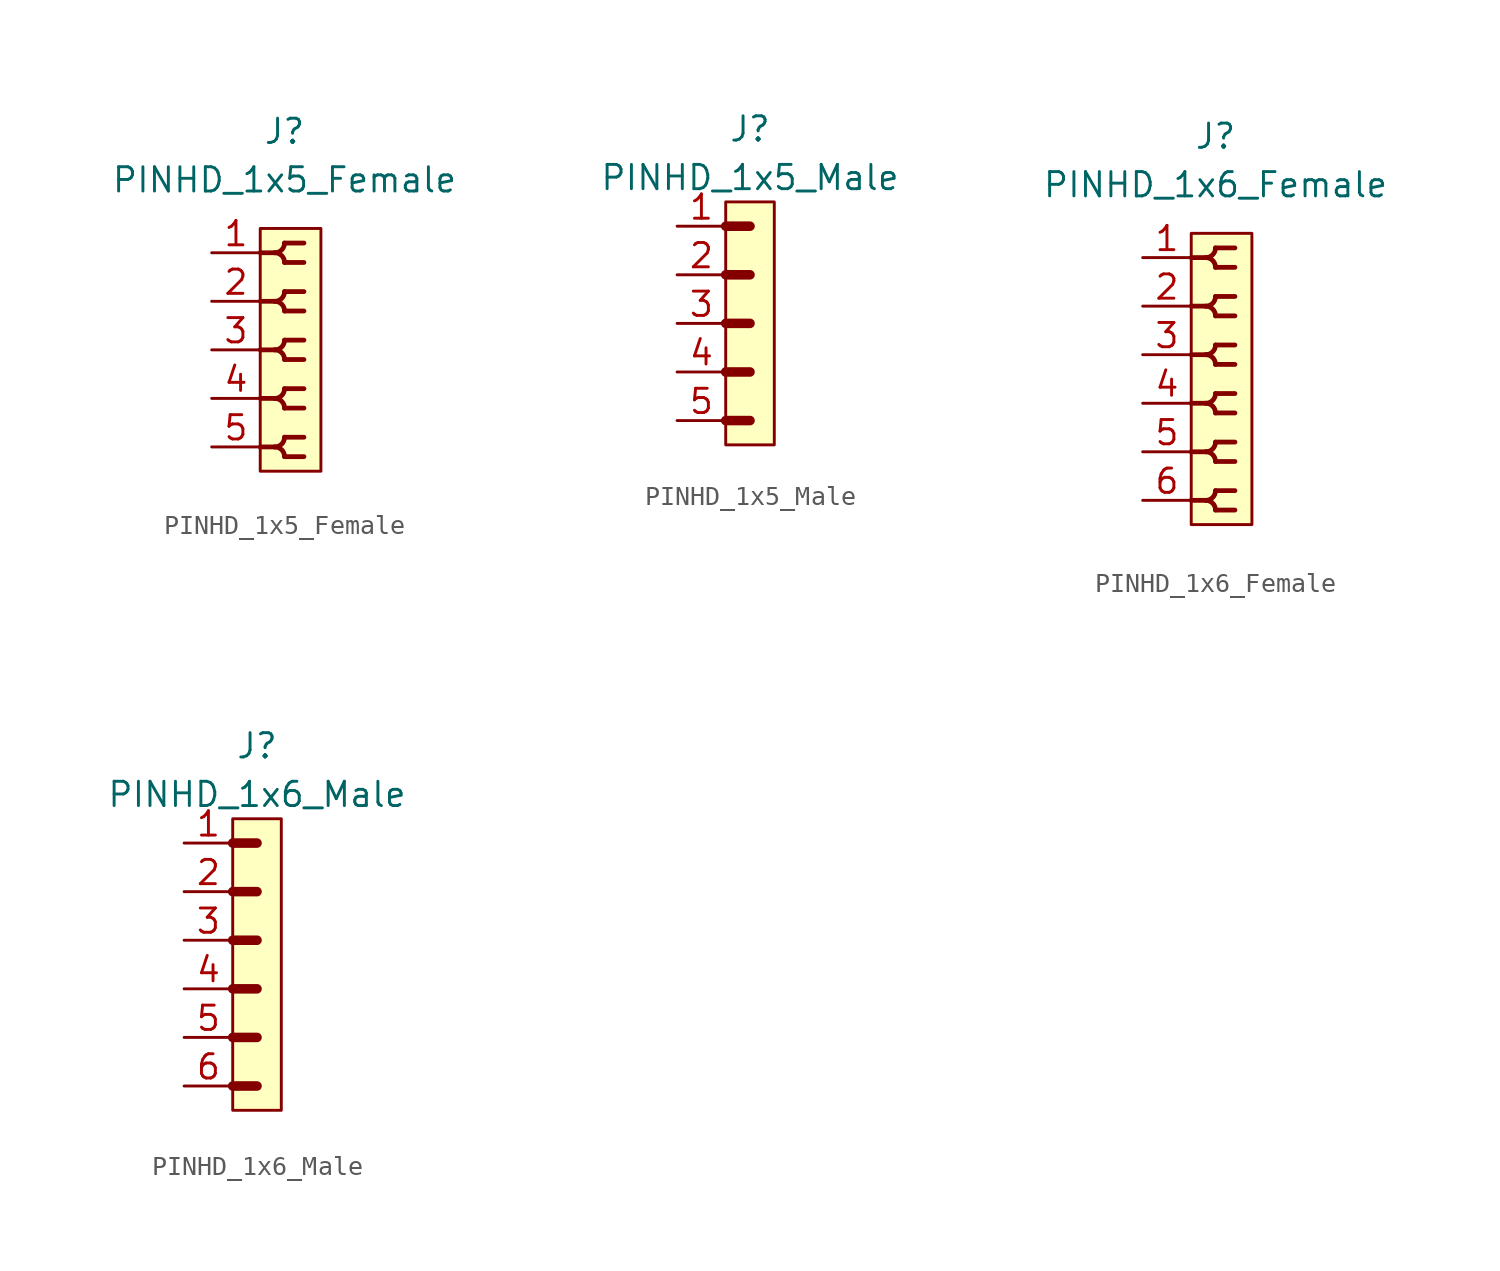
<source format=kicad_sym>
(kicad_symbol_lib
  (version 20211014)
  (generator kicad_symbol_editor)
  (symbol "PINHD_1x5_Female"
    (property "Reference" "J"
      (at 0 11.43 0)
      (effects (font (size 1.27 1.27))))
    (property "Value" "PINHD_1x5_Female"
      (at 0 8.89 0)
      (effects (font (size 1.27 1.27))))
    (symbol "PINHD_1x5_Female_0_1"
      (rectangle (start -1.27 6.35) (end 1.905 -6.35) (stroke (width 0) (type default) (color 0 0 0 0)) (fill (type background)))
      (arc (start -0.508 -5.08) (mid 0.3592 -5.4392) (end 0 -4.572) (stroke (width 0.25) (type default) (color 0 0 0 0)) (fill (type none)))
      (arc (start -0.508 -2.54) (mid 0.3592 -2.8992) (end 0 -2.032) (stroke (width 0.25) (type default) (color 0 0 0 0)) (fill (type none)))
      (arc (start -0.508 0) (mid 0.3592 -0.3592) (end 0 0.508) (stroke (width 0.25) (type default) (color 0 0 0 0)) (fill (type none)))
      (arc (start -0.508 2.54) (mid 0.3592 2.1808) (end 0 3.048) (stroke (width 0.25) (type default) (color 0 0 0 0)) (fill (type none)))
      (arc (start -0.508 5.08) (mid 0.3592 4.7208) (end 0 5.588) (stroke (width 0.25) (type default) (color 0 0 0 0)) (fill (type none)))
      (arc (start 0 -5.588) (mid 0.3592 -4.7208) (end -0.508 -5.08) (stroke (width 0.25) (type default) (color 0 0 0 0)) (fill (type none)))
      (arc (start 0 -3.048) (mid 0.3592 -2.1808) (end -0.508 -2.54) (stroke (width 0.25) (type default) (color 0 0 0 0)) (fill (type none)))
      (arc (start 0 -0.508) (mid 0.3592 0.3592) (end -0.508 0) (stroke (width 0.25) (type default) (color 0 0 0 0)) (fill (type none)))
      (polyline (pts (xy -1.27 -5.08) (xy -0.508 -5.08)) (stroke (width 0.25) (type default) (color 0 0 0 0)) (fill (type none)))
      (polyline (pts (xy -1.27 -2.54) (xy -0.508 -2.54)) (stroke (width 0.25) (type default) (color 0 0 0 0)) (fill (type none)))
      (polyline (pts (xy -1.27 0) (xy -0.508 0)) (stroke (width 0.25) (type default) (color 0 0 0 0)) (fill (type none)))
      (polyline (pts (xy -1.27 2.54) (xy -0.508 2.54)) (stroke (width 0.25) (type default) (color 0 0 0 0)) (fill (type none)))
      (polyline (pts (xy -1.27 5.08) (xy -0.508 5.08)) (stroke (width 0.25) (type default) (color 0 0 0 0)) (fill (type none)))
      (polyline (pts (xy 0 -5.588) (xy 1.016 -5.588)) (stroke (width 0.25) (type default) (color 0 0 0 0)) (fill (type none)))
      (polyline (pts (xy 0 -4.572) (xy 1.016 -4.572)) (stroke (width 0.25) (type default) (color 0 0 0 0)) (fill (type none)))
      (polyline (pts (xy 0 -3.048) (xy 1.016 -3.048)) (stroke (width 0.25) (type default) (color 0 0 0 0)) (fill (type none)))
      (polyline (pts (xy 0 -2.032) (xy 1.016 -2.032)) (stroke (width 0.25) (type default) (color 0 0 0 0)) (fill (type none)))
      (polyline (pts (xy 0 -0.508) (xy 1.016 -0.508)) (stroke (width 0.25) (type default) (color 0 0 0 0)) (fill (type none)))
      (polyline (pts (xy 0 0.508) (xy 1.016 0.508)) (stroke (width 0.25) (type default) (color 0 0 0 0)) (fill (type none)))
      (polyline (pts (xy 0 2.032) (xy 1.016 2.032)) (stroke (width 0.25) (type default) (color 0 0 0 0)) (fill (type none)))
      (polyline (pts (xy 0 3.048) (xy 1.016 3.048)) (stroke (width 0.25) (type default) (color 0 0 0 0)) (fill (type none)))
      (polyline (pts (xy 0 4.572) (xy 1.016 4.572)) (stroke (width 0.25) (type default) (color 0 0 0 0)) (fill (type none)))
      (polyline (pts (xy 0 5.588) (xy 1.016 5.588)) (stroke (width 0.25) (type default) (color 0 0 0 0)) (fill (type none)))
      (arc (start 0 2.032) (mid 0.3592 2.8992) (end -0.508 2.54) (stroke (width 0.25) (type default) (color 0 0 0 0)) (fill (type none)))
      (arc (start 0 4.572) (mid 0.3592 5.4392) (end -0.508 5.08) (stroke (width 0.25) (type default) (color 0 0 0 0)) (fill (type none))))
    (symbol "PINHD_1x5_Female_1_1"
      (pin passive line (at -3.81 5.08 0) (length 2.54) (name "" (effects (font (size 1.27 1.27)))) (number "1" (effects (font (size 1.27 1.27)))))
      (pin passive line (at -3.81 2.54 0) (length 2.54) (name "" (effects (font (size 1.27 1.27)))) (number "2" (effects (font (size 1.27 1.27)))))
      (pin passive line (at -3.81 0 0) (length 2.54) (name "" (effects (font (size 1.27 1.27)))) (number "3" (effects (font (size 1.27 1.27)))))
      (pin passive line (at -3.81 -2.54 0) (length 2.54) (name "" (effects (font (size 1.27 1.27)))) (number "4" (effects (font (size 1.27 1.27)))))
      (pin passive line (at -3.81 -5.08 0) (length 2.54) (name "" (effects (font (size 1.27 1.27)))) (number "5" (effects (font (size 1.27 1.27)))))))
  (symbol "PINHD_1x5_Male"
    (property "Reference" "J"
      (at 0 10.16 0)
      (effects (font (size 1.27 1.27))))
    (property "Value" "PINHD_1x5_Male"
      (at 0 7.62 0)
      (effects (font (size 1.27 1.27))))
    (symbol "PINHD_1x5_Male_0_1"
      (rectangle (start -1.27 6.35) (end 1.27 -6.35) (stroke (width 0) (type default) (color 0 0 0 0)) (fill (type background)))
      (polyline (pts (xy -1.27 -5.08) (xy 0 -5.08)) (stroke (width 0.3) (type default) (color 0 0 0 0)) (fill (type none)))
      (polyline (pts (xy -1.27 -5.08) (xy 0 -5.08)) (stroke (width 0.5) (type default) (color 0 0 0 0)) (fill (type none)))
      (polyline (pts (xy -1.27 -2.54) (xy 0 -2.54)) (stroke (width 0.3) (type default) (color 0 0 0 0)) (fill (type none)))
      (polyline (pts (xy -1.27 -2.54) (xy 0 -2.54)) (stroke (width 0.5) (type default) (color 0 0 0 0)) (fill (type none)))
      (polyline (pts (xy -1.27 0) (xy 0 0)) (stroke (width 0.3) (type default) (color 0 0 0 0)) (fill (type none)))
      (polyline (pts (xy -1.27 0) (xy 0 0)) (stroke (width 0.5) (type default) (color 0 0 0 0)) (fill (type none)))
      (polyline (pts (xy -1.27 2.54) (xy 0 2.54)) (stroke (width 0.3) (type default) (color 0 0 0 0)) (fill (type none)))
      (polyline (pts (xy -1.27 2.54) (xy 0 2.54)) (stroke (width 0.5) (type default) (color 0 0 0 0)) (fill (type none)))
      (polyline (pts (xy -1.27 5.08) (xy 0 5.08)) (stroke (width 0.3) (type default) (color 0 0 0 0)) (fill (type none)))
      (polyline (pts (xy -1.27 5.08) (xy 0 5.08)) (stroke (width 0.5) (type default) (color 0 0 0 0)) (fill (type none))))
    (symbol "PINHD_1x5_Male_1_1"
      (pin passive line (at -3.81 5.08 0) (length 2.54) (name "" (effects (font (size 1.27 1.27)))) (number "1" (effects (font (size 1.27 1.27)))))
      (pin passive line (at -3.81 2.54 0) (length 2.54) (name "" (effects (font (size 1.27 1.27)))) (number "2" (effects (font (size 1.27 1.27)))))
      (pin passive line (at -3.81 0 0) (length 2.54) (name "" (effects (font (size 1.27 1.27)))) (number "3" (effects (font (size 1.27 1.27)))))
      (pin passive line (at -3.81 -2.54 0) (length 2.54) (name "" (effects (font (size 1.27 1.27)))) (number "4" (effects (font (size 1.27 1.27)))))
      (pin passive line (at -3.81 -5.08 0) (length 2.54) (name "" (effects (font (size 1.27 1.27)))) (number "5" (effects (font (size 1.27 1.27)))))))
  (symbol "PINHD_1x6_Female"
    (property "Reference" "J"
      (at 0 12.7 0)
      (effects (font (size 1.27 1.27))))
    (property "Value" "PINHD_1x6_Female"
      (at 0 10.16 0)
      (effects (font (size 1.27 1.27))))
    (symbol "PINHD_1x6_Female_0_1"
      (rectangle (start -1.27 7.62) (end 1.905 -7.62) (stroke (width 0) (type default) (color 0 0 0 0)) (fill (type background)))
      (arc (start -0.508 -6.35) (mid 0.3592 -6.7092) (end 0 -5.842) (stroke (width 0.25) (type default) (color 0 0 0 0)) (fill (type none)))
      (arc (start -0.508 -3.81) (mid 0.3592 -4.1692) (end 0 -3.302) (stroke (width 0.25) (type default) (color 0 0 0 0)) (fill (type none)))
      (arc (start -0.508 -1.27) (mid 0.3592 -1.6292) (end 0 -0.762) (stroke (width 0.25) (type default) (color 0 0 0 0)) (fill (type none)))
      (arc (start -0.508 1.27) (mid 0.3592 0.9108) (end 0 1.778) (stroke (width 0.25) (type default) (color 0 0 0 0)) (fill (type none)))
      (arc (start -0.508 3.81) (mid 0.3592 3.4508) (end 0 4.318) (stroke (width 0.25) (type default) (color 0 0 0 0)) (fill (type none)))
      (arc (start -0.508 6.35) (mid 0.3592 5.9908) (end 0 6.858) (stroke (width 0.25) (type default) (color 0 0 0 0)) (fill (type none)))
      (arc (start 0 -6.858) (mid 0.3592 -5.9908) (end -0.508 -6.35) (stroke (width 0.25) (type default) (color 0 0 0 0)) (fill (type none)))
      (arc (start 0 -4.318) (mid 0.3592 -3.4508) (end -0.508 -3.81) (stroke (width 0.25) (type default) (color 0 0 0 0)) (fill (type none)))
      (arc (start 0 -1.778) (mid 0.3592 -0.9108) (end -0.508 -1.27) (stroke (width 0.25) (type default) (color 0 0 0 0)) (fill (type none)))
      (polyline (pts (xy -1.27 -6.35) (xy -0.508 -6.35)) (stroke (width 0.25) (type default) (color 0 0 0 0)) (fill (type none)))
      (polyline (pts (xy -1.27 -3.81) (xy -0.508 -3.81)) (stroke (width 0.25) (type default) (color 0 0 0 0)) (fill (type none)))
      (polyline (pts (xy -1.27 -1.27) (xy -0.508 -1.27)) (stroke (width 0.25) (type default) (color 0 0 0 0)) (fill (type none)))
      (polyline (pts (xy -1.27 1.27) (xy -0.508 1.27)) (stroke (width 0.25) (type default) (color 0 0 0 0)) (fill (type none)))
      (polyline (pts (xy -1.27 3.81) (xy -0.508 3.81)) (stroke (width 0.25) (type default) (color 0 0 0 0)) (fill (type none)))
      (polyline (pts (xy -1.27 6.35) (xy -0.508 6.35)) (stroke (width 0.25) (type default) (color 0 0 0 0)) (fill (type none)))
      (polyline (pts (xy 0 -6.858) (xy 1.016 -6.858)) (stroke (width 0.25) (type default) (color 0 0 0 0)) (fill (type none)))
      (polyline (pts (xy 0 -5.842) (xy 1.016 -5.842)) (stroke (width 0.25) (type default) (color 0 0 0 0)) (fill (type none)))
      (polyline (pts (xy 0 -4.318) (xy 1.016 -4.318)) (stroke (width 0.25) (type default) (color 0 0 0 0)) (fill (type none)))
      (polyline (pts (xy 0 -3.302) (xy 1.016 -3.302)) (stroke (width 0.25) (type default) (color 0 0 0 0)) (fill (type none)))
      (polyline (pts (xy 0 -1.778) (xy 1.016 -1.778)) (stroke (width 0.25) (type default) (color 0 0 0 0)) (fill (type none)))
      (polyline (pts (xy 0 -0.762) (xy 1.016 -0.762)) (stroke (width 0.25) (type default) (color 0 0 0 0)) (fill (type none)))
      (polyline (pts (xy 0 0.762) (xy 1.016 0.762)) (stroke (width 0.25) (type default) (color 0 0 0 0)) (fill (type none)))
      (polyline (pts (xy 0 1.778) (xy 1.016 1.778)) (stroke (width 0.25) (type default) (color 0 0 0 0)) (fill (type none)))
      (polyline (pts (xy 0 3.302) (xy 1.016 3.302)) (stroke (width 0.25) (type default) (color 0 0 0 0)) (fill (type none)))
      (polyline (pts (xy 0 4.318) (xy 1.016 4.318)) (stroke (width 0.25) (type default) (color 0 0 0 0)) (fill (type none)))
      (polyline (pts (xy 0 5.842) (xy 1.016 5.842)) (stroke (width 0.25) (type default) (color 0 0 0 0)) (fill (type none)))
      (polyline (pts (xy 0 6.858) (xy 1.016 6.858)) (stroke (width 0.25) (type default) (color 0 0 0 0)) (fill (type none)))
      (arc (start 0 0.762) (mid 0.3592 1.6292) (end -0.508 1.27) (stroke (width 0.25) (type default) (color 0 0 0 0)) (fill (type none)))
      (arc (start 0 3.302) (mid 0.3592 4.1692) (end -0.508 3.81) (stroke (width 0.25) (type default) (color 0 0 0 0)) (fill (type none)))
      (arc (start 0 5.842) (mid 0.3592 6.7092) (end -0.508 6.35) (stroke (width 0.25) (type default) (color 0 0 0 0)) (fill (type none))))
    (symbol "PINHD_1x6_Female_1_1"
      (pin passive line (at -3.81 6.35 0) (length 2.54) (name "" (effects (font (size 1.27 1.27)))) (number "1" (effects (font (size 1.27 1.27)))))
      (pin passive line (at -3.81 3.81 0) (length 2.54) (name "" (effects (font (size 1.27 1.27)))) (number "2" (effects (font (size 1.27 1.27)))))
      (pin passive line (at -3.81 1.27 0) (length 2.54) (name "" (effects (font (size 1.27 1.27)))) (number "3" (effects (font (size 1.27 1.27)))))
      (pin passive line (at -3.81 -1.27 0) (length 2.54) (name "" (effects (font (size 1.27 1.27)))) (number "4" (effects (font (size 1.27 1.27)))))
      (pin passive line (at -3.81 -3.81 0) (length 2.54) (name "" (effects (font (size 1.27 1.27)))) (number "5" (effects (font (size 1.27 1.27)))))
      (pin passive line (at -3.81 -6.35 0) (length 2.54) (name "" (effects (font (size 1.27 1.27)))) (number "6" (effects (font (size 1.27 1.27)))))))
  (symbol "PINHD_1x6_Male"
    (property "Reference" "J"
      (at 0 11.43 0)
      (effects (font (size 1.27 1.27))))
    (property "Value" "PINHD_1x6_Male"
      (at 0 8.89 0)
      (effects (font (size 1.27 1.27))))
    (symbol "PINHD_1x6_Male_0_1"
      (rectangle (start -1.27 7.62) (end 1.27 -7.62) (stroke (width 0) (type default) (color 0 0 0 0)) (fill (type background)))
      (polyline (pts (xy -1.27 -6.35) (xy 0 -6.35)) (stroke (width 0.3) (type default) (color 0 0 0 0)) (fill (type none)))
      (polyline (pts (xy -1.27 -6.35) (xy 0 -6.35)) (stroke (width 0.5) (type default) (color 0 0 0 0)) (fill (type none)))
      (polyline (pts (xy -1.27 -3.81) (xy 0 -3.81)) (stroke (width 0.3) (type default) (color 0 0 0 0)) (fill (type none)))
      (polyline (pts (xy -1.27 -3.81) (xy 0 -3.81)) (stroke (width 0.5) (type default) (color 0 0 0 0)) (fill (type none)))
      (polyline (pts (xy -1.27 -1.27) (xy 0 -1.27)) (stroke (width 0.3) (type default) (color 0 0 0 0)) (fill (type none)))
      (polyline (pts (xy -1.27 -1.27) (xy 0 -1.27)) (stroke (width 0.5) (type default) (color 0 0 0 0)) (fill (type none)))
      (polyline (pts (xy -1.27 1.27) (xy 0 1.27)) (stroke (width 0.3) (type default) (color 0 0 0 0)) (fill (type none)))
      (polyline (pts (xy -1.27 1.27) (xy 0 1.27)) (stroke (width 0.5) (type default) (color 0 0 0 0)) (fill (type none)))
      (polyline (pts (xy -1.27 3.81) (xy 0 3.81)) (stroke (width 0.3) (type default) (color 0 0 0 0)) (fill (type none)))
      (polyline (pts (xy -1.27 3.81) (xy 0 3.81)) (stroke (width 0.5) (type default) (color 0 0 0 0)) (fill (type none)))
      (polyline (pts (xy -1.27 6.35) (xy 0 6.35)) (stroke (width 0.3) (type default) (color 0 0 0 0)) (fill (type none)))
      (polyline (pts (xy -1.27 6.35) (xy 0 6.35)) (stroke (width 0.5) (type default) (color 0 0 0 0)) (fill (type none))))
    (symbol "PINHD_1x6_Male_1_1"
      (pin passive line (at -3.81 6.35 0) (length 2.54) (name "" (effects (font (size 1.27 1.27)))) (number "1" (effects (font (size 1.27 1.27)))))
      (pin passive line (at -3.81 3.81 0) (length 2.54) (name "" (effects (font (size 1.27 1.27)))) (number "2" (effects (font (size 1.27 1.27)))))
      (pin passive line (at -3.81 1.27 0) (length 2.54) (name "" (effects (font (size 1.27 1.27)))) (number "3" (effects (font (size 1.27 1.27)))))
      (pin passive line (at -3.81 -1.27 0) (length 2.54) (name "" (effects (font (size 1.27 1.27)))) (number "4" (effects (font (size 1.27 1.27)))))
      (pin passive line (at -3.81 -3.81 0) (length 2.54) (name "" (effects (font (size 1.27 1.27)))) (number "5" (effects (font (size 1.27 1.27)))))
      (pin passive line (at -3.81 -6.35 0) (length 2.54) (name "" (effects (font (size 1.27 1.27)))) (number "6" (effects (font (size 1.27 1.27))))))))
</source>
